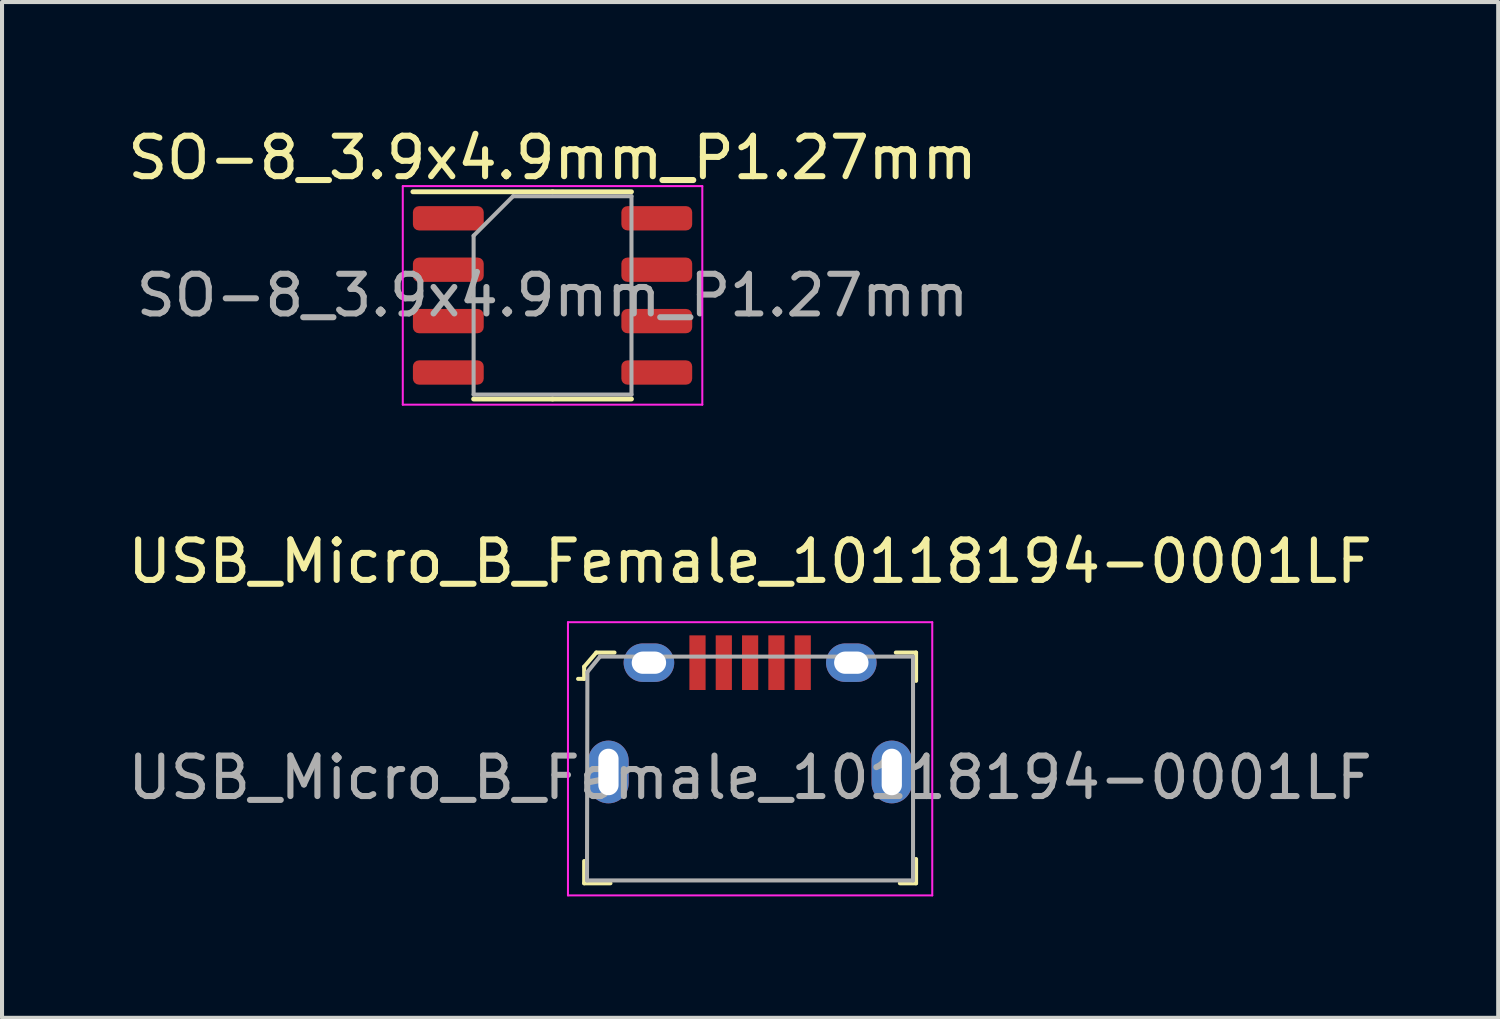
<source format=kicad_pcb>
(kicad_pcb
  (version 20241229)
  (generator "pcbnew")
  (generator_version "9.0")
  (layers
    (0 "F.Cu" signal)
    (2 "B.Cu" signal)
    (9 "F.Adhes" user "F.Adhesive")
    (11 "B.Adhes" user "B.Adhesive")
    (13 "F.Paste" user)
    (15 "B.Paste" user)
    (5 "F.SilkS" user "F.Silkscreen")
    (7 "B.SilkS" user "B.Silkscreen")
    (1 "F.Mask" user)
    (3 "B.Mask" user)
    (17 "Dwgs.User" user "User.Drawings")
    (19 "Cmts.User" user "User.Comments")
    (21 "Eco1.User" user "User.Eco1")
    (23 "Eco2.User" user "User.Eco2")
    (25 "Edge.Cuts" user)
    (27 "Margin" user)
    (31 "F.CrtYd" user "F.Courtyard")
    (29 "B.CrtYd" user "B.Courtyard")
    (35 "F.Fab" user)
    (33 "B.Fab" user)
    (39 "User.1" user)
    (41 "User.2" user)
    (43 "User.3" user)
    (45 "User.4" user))
  (footprint "USB_Micro_B_Female_10118194-0001LF"
    (layer "F.Cu")
    (at 15.482 13.322)
    (property "Reference" "USB_Micro_B_Female_10118194-0001LF" (at 0 -2.5 0) (layer "F.SilkS") (effects (font (size 1 1) (thickness 0.15))))
    (attr smd)
    (fp_line (start -4.1 0.1) (end -4.1 0.4) (stroke (width 0.1) (type solid)) (layer "F.SilkS"))
    (fp_line (start -4.1 0.4) (end -4.25 0.4) (stroke (width 0.1) (type solid)) (layer "F.SilkS"))
    (fp_line (start -4.1 4.9) (end -4.1 5.45) (stroke (width 0.1) (type solid)) (layer "F.SilkS"))
    (fp_line (start -4.1 5.45) (end -3.45 5.45) (stroke (width 0.1) (type solid)) (layer "F.SilkS"))
    (fp_line (start -3.8 -0.25) (end -4.1 0.1) (stroke (width 0.1) (type solid)) (layer "F.SilkS"))
    (fp_line (start -3.35 -0.25) (end -3.8 -0.25) (stroke (width 0.1) (type solid)) (layer "F.SilkS"))
    (fp_line (start 3.6 -0.25) (end 4.1 -0.25) (stroke (width 0.1) (type solid)) (layer "F.SilkS"))
    (fp_line (start 4.1 -0.25) (end 4.1 0.45) (stroke (width 0.1) (type solid)) (layer "F.SilkS"))
    (fp_line (start 4.1 4.85) (end 4.1 5.45) (stroke (width 0.1) (type solid)) (layer "F.SilkS"))
    (fp_line (start 4.1 5.45) (end 3.7 5.45) (stroke (width 0.1) (type solid)) (layer "F.SilkS"))
    (fp_line (start -4.5 -1) (end 4.5 -1) (stroke (width 0.05) (type solid)) (layer "F.CrtYd"))
    (fp_line (start -4.5 5.75) (end -4.5 -1) (stroke (width 0.05) (type solid)) (layer "F.CrtYd"))
    (fp_line (start -4.5 5.75) (end 4.5 5.75) (stroke (width 0.05) (type solid)) (layer "F.CrtYd"))
    (fp_line (start 4.5 5.75) (end 4.5 -1) (stroke (width 0.05) (type solid)) (layer "F.CrtYd"))
    (fp_line (start -4.03 5.38) (end -4.02 0.23) (stroke (width 0.1) (type solid)) (layer "F.Fab"))
    (fp_line (start -4.025 5.38) (end 4.025 5.38) (stroke (width 0.1) (type solid)) (layer "F.Fab"))
    (fp_line (start -4.02 0.23) (end -3.71 -0.15) (stroke (width 0.1) (type solid)) (layer "F.Fab"))
    (fp_line (start 4.02 -0.15) (end -3.71 -0.15) (stroke (width 0.1) (type solid)) (layer "F.Fab"))
    (fp_line (start 4.025 5.38) (end 4.025 -0.15) (stroke (width 0.1) (type solid)) (layer "F.Fab"))
    (fp_text user "${REFERENCE}" (at 0 2.84 0) (layer "F.Fab") (effects (font (size 1 1) (thickness 0.15))))
    (pad "1" smd rect (at -1.3 0) (size 0.4 1.35) (layers "F.Cu" "F.Mask" "F.Paste"))
    (pad "2" smd rect (at -0.65 0) (size 0.4 1.35) (layers "F.Cu" "F.Mask" "F.Paste"))
    (pad "3" smd rect (at 0 0) (size 0.4 1.35) (layers "F.Cu" "F.Mask" "F.Paste"))
    (pad "4" smd rect (at 0.65 0) (size 0.4 1.35) (layers "F.Cu" "F.Mask" "F.Paste"))
    (pad "5" smd rect (at 1.3 0) (size 0.4 1.35) (layers "F.Cu" "F.Mask" "F.Paste"))
    (pad "SH" thru_hole oval (at -3.5 2.7) (size 1 1.55) (drill oval 0.5 1.15) (layers "*.Cu" "*.Mask"))
    (pad "SH" thru_hole oval (at -2.5 0) (size 1.25 0.95) (drill oval 0.85 0.55) (layers "*.Cu" "*.Mask"))
    (pad "SH" thru_hole oval (at 2.5 0) (size 1.25 0.95) (drill oval 0.85 0.55) (layers "*.Cu" "*.Mask"))
    (pad "SH" thru_hole oval (at 3.5 2.7) (size 1 1.55) (drill oval 0.5 1.15) (layers "*.Cu" "*.Mask")))
  (footprint "SO-8_3.9x4.9mm_P1.27mm"
    (layer "F.Cu")
    (at 10.601 4.248)
    (property "Reference" "SO-8_3.9x4.9mm_P1.27mm" (at 0 -3.4 0) (layer "F.SilkS") (effects (font (size 1 1) (thickness 0.15))))
    (attr smd)
    (fp_line (start 0 -2.56) (end -3.45 -2.56) (stroke (width 0.12) (type solid)) (layer "F.SilkS"))
    (fp_line (start 0 -2.56) (end 1.95 -2.56) (stroke (width 0.12) (type solid)) (layer "F.SilkS"))
    (fp_line (start 0 2.56) (end -1.95 2.56) (stroke (width 0.12) (type solid)) (layer "F.SilkS"))
    (fp_line (start 0 2.56) (end 1.95 2.56) (stroke (width 0.12) (type solid)) (layer "F.SilkS"))
    (fp_line (start -3.7 -2.7) (end -3.7 2.7) (stroke (width 0.05) (type solid)) (layer "F.CrtYd"))
    (fp_line (start -3.7 2.7) (end 3.7 2.7) (stroke (width 0.05) (type solid)) (layer "F.CrtYd"))
    (fp_line (start 3.7 -2.7) (end -3.7 -2.7) (stroke (width 0.05) (type solid)) (layer "F.CrtYd"))
    (fp_line (start 3.7 2.7) (end 3.7 -2.7) (stroke (width 0.05) (type solid)) (layer "F.CrtYd"))
    (fp_line (start -1.95 -1.475) (end -0.975 -2.45) (stroke (width 0.1) (type solid)) (layer "F.Fab"))
    (fp_line (start -1.95 2.45) (end -1.95 -1.475) (stroke (width 0.1) (type solid)) (layer "F.Fab"))
    (fp_line (start -0.975 -2.45) (end 1.95 -2.45) (stroke (width 0.1) (type solid)) (layer "F.Fab"))
    (fp_line (start 1.95 -2.45) (end 1.95 2.45) (stroke (width 0.1) (type solid)) (layer "F.Fab"))
    (fp_line (start 1.95 2.45) (end -1.95 2.45) (stroke (width 0.1) (type solid)) (layer "F.Fab"))
    (fp_text user "${REFERENCE}" (at 0 0 0) (layer "F.Fab") (effects (font (size 0.98 0.98) (thickness 0.15))))
    (pad "1" smd roundrect (at -2.575 -1.905) (size 1.75 0.6) (layers "F.Cu" "F.Mask" "F.Paste") (roundrect_rratio 0.25))
    (pad "2" smd roundrect (at -2.575 -0.635) (size 1.75 0.6) (layers "F.Cu" "F.Mask" "F.Paste") (roundrect_rratio 0.25))
    (pad "3" smd roundrect (at -2.575 0.635) (size 1.75 0.6) (layers "F.Cu" "F.Mask" "F.Paste") (roundrect_rratio 0.25))
    (pad "4" smd roundrect (at -2.575 1.905) (size 1.75 0.6) (layers "F.Cu" "F.Mask" "F.Paste") (roundrect_rratio 0.25))
    (pad "5" smd roundrect (at 2.575 1.905) (size 1.75 0.6) (layers "F.Cu" "F.Mask" "F.Paste") (roundrect_rratio 0.25))
    (pad "6" smd roundrect (at 2.575 0.635) (size 1.75 0.6) (layers "F.Cu" "F.Mask" "F.Paste") (roundrect_rratio 0.25))
    (pad "7" smd roundrect (at 2.575 -0.635) (size 1.75 0.6) (layers "F.Cu" "F.Mask" "F.Paste") (roundrect_rratio 0.25))
    (pad "8" smd roundrect (at 2.575 -1.905) (size 1.75 0.6) (layers "F.Cu" "F.Mask" "F.Paste") (roundrect_rratio 0.25)))
  (gr_rect
    (start -3 -3)
    (end 33.964 22.096)
    (stroke (width 0.1) (type default))
    (fill no)
    (layer "Edge.Cuts")))
</source>
